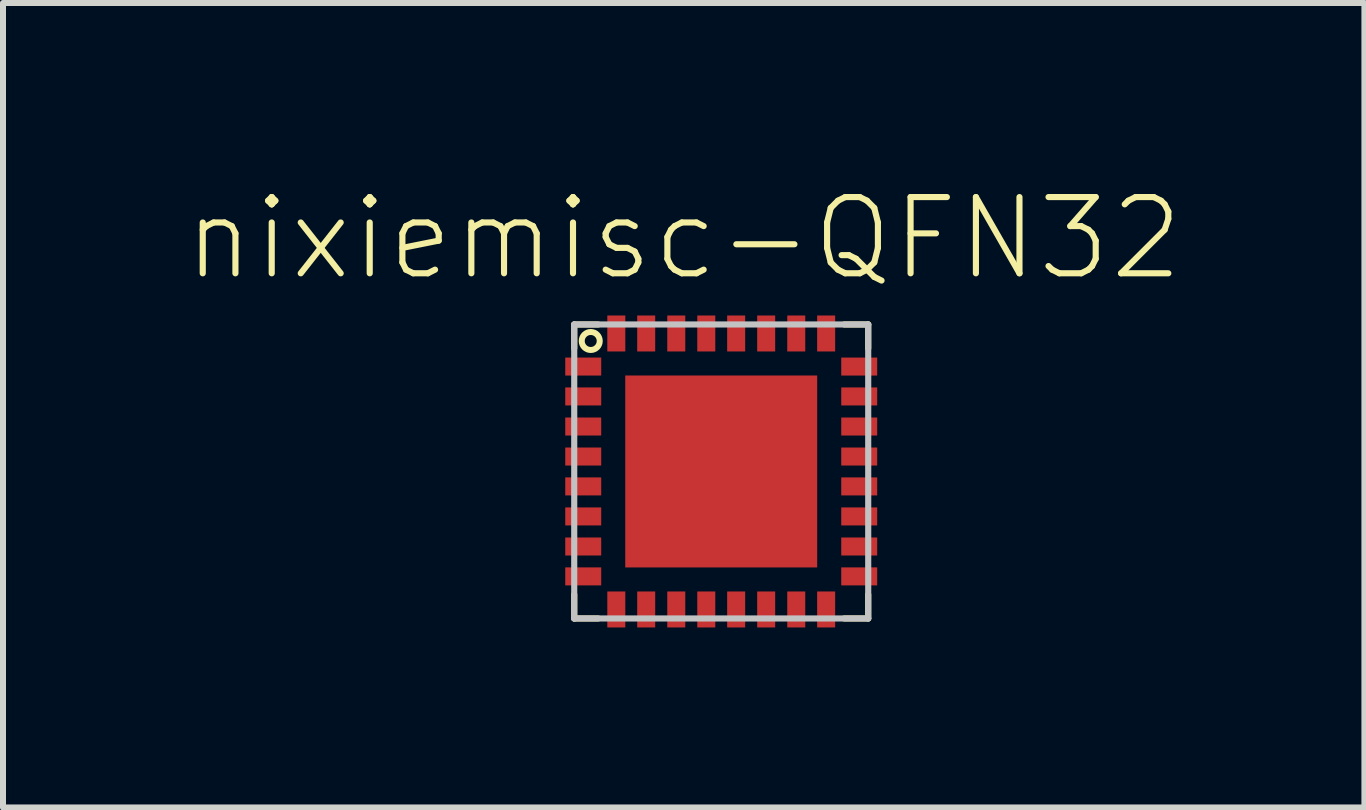
<source format=kicad_pcb>
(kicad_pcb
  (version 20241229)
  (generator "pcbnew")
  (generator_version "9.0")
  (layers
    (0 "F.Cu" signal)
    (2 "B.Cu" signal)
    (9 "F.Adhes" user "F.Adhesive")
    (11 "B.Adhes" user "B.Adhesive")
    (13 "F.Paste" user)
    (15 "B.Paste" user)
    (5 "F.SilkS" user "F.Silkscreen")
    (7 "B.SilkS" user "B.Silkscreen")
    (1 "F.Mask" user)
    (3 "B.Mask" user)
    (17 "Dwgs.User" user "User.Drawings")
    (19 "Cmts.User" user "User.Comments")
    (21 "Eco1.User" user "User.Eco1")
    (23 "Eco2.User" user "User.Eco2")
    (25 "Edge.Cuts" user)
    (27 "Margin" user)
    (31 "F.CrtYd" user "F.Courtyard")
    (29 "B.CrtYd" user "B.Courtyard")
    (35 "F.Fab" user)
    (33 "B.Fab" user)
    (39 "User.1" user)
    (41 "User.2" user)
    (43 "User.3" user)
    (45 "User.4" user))
  (footprint "nixiemisc-QFN32"
    (layer "F.Cu")
    (at 8.966 4.805)
    (property "Reference" "nixiemisc-QFN32" (at -0.625 -3.884 0) (unlocked yes) (layer "F.SilkS") (effects (font (size 1.27 1.27) (thickness 0.102))))
    (attr smd)
    (fp_poly (pts (xy -2.548 -1.349) (xy -2.05 -1.349) (xy -2.05 -1.148) (xy -2.548 -1.148) (xy -2.548 -1.349)) (stroke (width 0.102) (type solid)) (fill no) (layer "F.Mask"))
    (fp_poly (pts (xy -2.548 -0.848) (xy -2.05 -0.848) (xy -2.05 -0.648) (xy -2.548 -0.648) (xy -2.548 -0.848)) (stroke (width 0.102) (type solid)) (fill no) (layer "F.Mask"))
    (fp_poly (pts (xy -2.548 -0.348) (xy -2.05 -0.348) (xy -2.05 -0.15) (xy -2.548 -0.15) (xy -2.548 -0.348)) (stroke (width 0.102) (type solid)) (fill no) (layer "F.Mask"))
    (fp_poly (pts (xy -2.548 0.15) (xy -2.05 0.15) (xy -2.05 0.348) (xy -2.548 0.348) (xy -2.548 0.15)) (stroke (width 0.102) (type solid)) (fill no) (layer "F.Mask"))
    (fp_poly (pts (xy -2.548 0.648) (xy -2.05 0.648) (xy -2.05 0.848) (xy -2.548 0.848) (xy -2.548 0.648)) (stroke (width 0.102) (type solid)) (fill no) (layer "F.Mask"))
    (fp_poly (pts (xy -2.548 1.148) (xy -2.05 1.148) (xy -2.05 1.349) (xy -2.548 1.349) (xy -2.548 1.148)) (stroke (width 0.102) (type solid)) (fill no) (layer "F.Mask"))
    (fp_poly (pts (xy -1.349 2.548) (xy -1.349 2.05) (xy -1.148 2.05) (xy -1.148 2.548) (xy -1.349 2.548)) (stroke (width 0.102) (type solid)) (fill no) (layer "F.Mask"))
    (fp_poly (pts (xy -1.323 -1.323) (xy 1.323 -1.323) (xy 1.323 1.323) (xy -1.323 1.323) (xy -1.323 -1.323)) (stroke (width 0.498) (type solid)) (fill no) (layer "F.Mask"))
    (fp_poly (pts (xy -1.148 -2.548) (xy -1.148 -2.05) (xy -1.349 -2.05) (xy -1.349 -2.548) (xy -1.148 -2.548)) (stroke (width 0.102) (type solid)) (fill no) (layer "F.Mask"))
    (fp_poly (pts (xy -0.848 2.548) (xy -0.848 2.05) (xy -0.648 2.05) (xy -0.648 2.548) (xy -0.848 2.548)) (stroke (width 0.102) (type solid)) (fill no) (layer "F.Mask"))
    (fp_poly (pts (xy -0.648 -2.548) (xy -0.648 -2.05) (xy -0.848 -2.05) (xy -0.848 -2.548) (xy -0.648 -2.548)) (stroke (width 0.102) (type solid)) (fill no) (layer "F.Mask"))
    (fp_poly (pts (xy -0.348 2.548) (xy -0.348 2.05) (xy -0.15 2.05) (xy -0.15 2.548) (xy -0.348 2.548)) (stroke (width 0.102) (type solid)) (fill no) (layer "F.Mask"))
    (fp_poly (pts (xy -0.15 -2.548) (xy -0.15 -2.05) (xy -0.348 -2.05) (xy -0.348 -2.548) (xy -0.15 -2.548)) (stroke (width 0.102) (type solid)) (fill no) (layer "F.Mask"))
    (fp_poly (pts (xy 0.15 2.548) (xy 0.15 2.05) (xy 0.348 2.05) (xy 0.348 2.548) (xy 0.15 2.548)) (stroke (width 0.102) (type solid)) (fill no) (layer "F.Mask"))
    (fp_poly (pts (xy 0.348 -2.548) (xy 0.348 -2.05) (xy 0.15 -2.05) (xy 0.15 -2.548) (xy 0.348 -2.548)) (stroke (width 0.102) (type solid)) (fill no) (layer "F.Mask"))
    (fp_poly (pts (xy 0.648 2.548) (xy 0.648 2.05) (xy 0.848 2.05) (xy 0.848 2.548) (xy 0.648 2.548)) (stroke (width 0.102) (type solid)) (fill no) (layer "F.Mask"))
    (fp_poly (pts (xy 0.848 -2.548) (xy 0.848 -2.05) (xy 0.648 -2.05) (xy 0.648 -2.548) (xy 0.848 -2.548)) (stroke (width 0.102) (type solid)) (fill no) (layer "F.Mask"))
    (fp_poly (pts (xy 1.148 2.548) (xy 1.148 2.05) (xy 1.349 2.05) (xy 1.349 2.548) (xy 1.148 2.548)) (stroke (width 0.102) (type solid)) (fill no) (layer "F.Mask"))
    (fp_poly (pts (xy 1.349 -2.548) (xy 1.349 -2.05) (xy 1.148 -2.05) (xy 1.148 -2.548) (xy 1.349 -2.548)) (stroke (width 0.102) (type solid)) (fill no) (layer "F.Mask"))
    (fp_poly (pts (xy 2.548 -1.148) (xy 2.05 -1.148) (xy 2.05 -1.349) (xy 2.548 -1.349) (xy 2.548 -1.148)) (stroke (width 0.102) (type solid)) (fill no) (layer "F.Mask"))
    (fp_poly (pts (xy 2.548 -0.648) (xy 2.05 -0.648) (xy 2.05 -0.848) (xy 2.548 -0.848) (xy 2.548 -0.648)) (stroke (width 0.102) (type solid)) (fill no) (layer "F.Mask"))
    (fp_poly (pts (xy 2.548 -0.15) (xy 2.05 -0.15) (xy 2.05 -0.348) (xy 2.548 -0.348) (xy 2.548 -0.15)) (stroke (width 0.102) (type solid)) (fill no) (layer "F.Mask"))
    (fp_poly (pts (xy 2.548 0.348) (xy 2.05 0.348) (xy 2.05 0.15) (xy 2.548 0.15) (xy 2.548 0.348)) (stroke (width 0.102) (type solid)) (fill no) (layer "F.Mask"))
    (fp_poly (pts (xy 2.548 0.848) (xy 2.05 0.848) (xy 2.05 0.648) (xy 2.548 0.648) (xy 2.548 0.848)) (stroke (width 0.102) (type solid)) (fill no) (layer "F.Mask"))
    (fp_poly (pts (xy 2.548 1.349) (xy 2.05 1.349) (xy 2.05 1.148) (xy 2.548 1.148) (xy 2.548 1.349)) (stroke (width 0.102) (type solid)) (fill no) (layer "F.Mask"))
    (fp_poly (pts (xy -2.548 -1.849) (xy -2.098 -1.849) (xy -2.05 -1.798) (xy -2.05 -1.648) (xy -2.548 -1.648) (xy -2.548 -1.849)) (stroke (width 0.102) (type solid)) (fill no) (layer "F.Mask"))
    (fp_poly (pts (xy -2.548 1.849) (xy -2.098 1.849) (xy -2.05 1.798) (xy -2.05 1.648) (xy -2.548 1.648) (xy -2.548 1.849)) (stroke (width 0.102) (type solid)) (fill no) (layer "F.Mask"))
    (fp_poly (pts (xy -1.849 -2.548) (xy -1.849 -2.098) (xy -1.798 -2.05) (xy -1.648 -2.05) (xy -1.648 -2.548) (xy -1.849 -2.548)) (stroke (width 0.102) (type solid)) (fill no) (layer "F.Mask"))
    (fp_poly (pts (xy -1.849 2.548) (xy -1.849 2.098) (xy -1.798 2.05) (xy -1.648 2.05) (xy -1.648 2.548) (xy -1.849 2.548)) (stroke (width 0.102) (type solid)) (fill no) (layer "F.Mask"))
    (fp_poly (pts (xy 1.849 -2.548) (xy 1.849 -2.098) (xy 1.798 -2.05) (xy 1.648 -2.05) (xy 1.648 -2.548) (xy 1.849 -2.548)) (stroke (width 0.102) (type solid)) (fill no) (layer "F.Mask"))
    (fp_poly (pts (xy 1.849 2.548) (xy 1.849 2.098) (xy 1.798 2.05) (xy 1.648 2.05) (xy 1.648 2.548) (xy 1.849 2.548)) (stroke (width 0.102) (type solid)) (fill no) (layer "F.Mask"))
    (fp_poly (pts (xy 2.548 -1.849) (xy 2.098 -1.849) (xy 2.05 -1.798) (xy 2.05 -1.648) (xy 2.548 -1.648) (xy 2.548 -1.849)) (stroke (width 0.102) (type solid)) (fill no) (layer "F.Mask"))
    (fp_poly (pts (xy 2.548 1.849) (xy 2.098 1.849) (xy 2.05 1.798) (xy 2.05 1.648) (xy 2.548 1.648) (xy 2.548 1.849)) (stroke (width 0.102) (type solid)) (fill no) (layer "F.Mask"))
    (fp_line (start -2.449 -2.449) (end -2.05 -2.449) (stroke (width 0.102) (type solid)) (layer "F.SilkS"))
    (fp_line (start -2.449 -2.05) (end -2.449 -2.449) (stroke (width 0.102) (type solid)) (layer "F.SilkS"))
    (fp_line (start -2.449 2.449) (end -2.449 2.05) (stroke (width 0.102) (type solid)) (layer "F.SilkS"))
    (fp_line (start -2.05 2.449) (end -2.449 2.449) (stroke (width 0.102) (type solid)) (layer "F.SilkS"))
    (fp_line (start 2.05 -2.449) (end 2.449 -2.449) (stroke (width 0.102) (type solid)) (layer "F.SilkS"))
    (fp_line (start 2.449 -2.449) (end 2.449 -2.05) (stroke (width 0.102) (type solid)) (layer "F.SilkS"))
    (fp_line (start 2.449 2.05) (end 2.449 2.449) (stroke (width 0.102) (type solid)) (layer "F.SilkS"))
    (fp_line (start 2.449 2.449) (end 2.05 2.449) (stroke (width 0.102) (type solid)) (layer "F.SilkS"))
    (fp_circle (center -2.174 -2.174) (end -2.174 -2.324) (stroke (width 0.1) (type solid)) (fill no) (layer "F.SilkS"))
    (fp_line (start -1.298 -1.4) (end -0.699 -1.4) (stroke (width 0.066) (type solid)) (layer "F.Paste"))
    (fp_line (start -1.298 -1.1) (end -1.298 -1.4) (stroke (width 0.066) (type solid)) (layer "F.Paste"))
    (fp_line (start -1.298 -1.1) (end -0.699 -1.1) (stroke (width 0.066) (type solid)) (layer "F.Paste"))
    (fp_line (start -1.298 -0.899) (end -0.699 -0.899) (stroke (width 0.066) (type solid)) (layer "F.Paste"))
    (fp_line (start -1.298 -0.599) (end -1.298 -0.899) (stroke (width 0.066) (type solid)) (layer "F.Paste"))
    (fp_line (start -1.298 -0.599) (end -0.699 -0.599) (stroke (width 0.066) (type solid)) (layer "F.Paste"))
    (fp_line (start -1.298 -0.399) (end -0.699 -0.399) (stroke (width 0.066) (type solid)) (layer "F.Paste"))
    (fp_line (start -1.298 -0.099) (end -1.298 -0.399) (stroke (width 0.066) (type solid)) (layer "F.Paste"))
    (fp_line (start -1.298 -0.099) (end -0.699 -0.099) (stroke (width 0.066) (type solid)) (layer "F.Paste"))
    (fp_line (start -1.298 0.099) (end -0.699 0.099) (stroke (width 0.066) (type solid)) (layer "F.Paste"))
    (fp_line (start -1.298 0.399) (end -1.298 0.099) (stroke (width 0.066) (type solid)) (layer "F.Paste"))
    (fp_line (start -1.298 0.399) (end -0.699 0.399) (stroke (width 0.066) (type solid)) (layer "F.Paste"))
    (fp_line (start -1.298 0.599) (end -0.699 0.599) (stroke (width 0.066) (type solid)) (layer "F.Paste"))
    (fp_line (start -1.298 0.899) (end -1.298 0.599) (stroke (width 0.066) (type solid)) (layer "F.Paste"))
    (fp_line (start -1.298 0.899) (end -0.699 0.899) (stroke (width 0.066) (type solid)) (layer "F.Paste"))
    (fp_line (start -1.298 1.1) (end -0.699 1.1) (stroke (width 0.066) (type solid)) (layer "F.Paste"))
    (fp_line (start -1.298 1.4) (end -1.298 1.1) (stroke (width 0.066) (type solid)) (layer "F.Paste"))
    (fp_line (start -1.298 1.4) (end -0.699 1.4) (stroke (width 0.066) (type solid)) (layer "F.Paste"))
    (fp_line (start -0.699 -1.1) (end -0.699 -1.4) (stroke (width 0.066) (type solid)) (layer "F.Paste"))
    (fp_line (start -0.699 -0.599) (end -0.699 -0.899) (stroke (width 0.066) (type solid)) (layer "F.Paste"))
    (fp_line (start -0.699 -0.099) (end -0.699 -0.399) (stroke (width 0.066) (type solid)) (layer "F.Paste"))
    (fp_line (start -0.699 0.399) (end -0.699 0.099) (stroke (width 0.066) (type solid)) (layer "F.Paste"))
    (fp_line (start -0.699 0.899) (end -0.699 0.599) (stroke (width 0.066) (type solid)) (layer "F.Paste"))
    (fp_line (start -0.699 1.4) (end -0.699 1.1) (stroke (width 0.066) (type solid)) (layer "F.Paste"))
    (fp_line (start -0.3 -1.4) (end 0.3 -1.4) (stroke (width 0.066) (type solid)) (layer "F.Paste"))
    (fp_line (start -0.3 -1.1) (end -0.3 -1.4) (stroke (width 0.066) (type solid)) (layer "F.Paste"))
    (fp_line (start -0.3 -1.1) (end 0.3 -1.1) (stroke (width 0.066) (type solid)) (layer "F.Paste"))
    (fp_line (start -0.3 -0.899) (end 0.3 -0.899) (stroke (width 0.066) (type solid)) (layer "F.Paste"))
    (fp_line (start -0.3 -0.599) (end -0.3 -0.899) (stroke (width 0.066) (type solid)) (layer "F.Paste"))
    (fp_line (start -0.3 -0.599) (end 0.3 -0.599) (stroke (width 0.066) (type solid)) (layer "F.Paste"))
    (fp_line (start -0.3 -0.399) (end 0.3 -0.399) (stroke (width 0.066) (type solid)) (layer "F.Paste"))
    (fp_line (start -0.3 -0.099) (end -0.3 -0.399) (stroke (width 0.066) (type solid)) (layer "F.Paste"))
    (fp_line (start -0.3 -0.099) (end 0.3 -0.099) (stroke (width 0.066) (type solid)) (layer "F.Paste"))
    (fp_line (start -0.3 0.099) (end 0.3 0.099) (stroke (width 0.066) (type solid)) (layer "F.Paste"))
    (fp_line (start -0.3 0.399) (end -0.3 0.099) (stroke (width 0.066) (type solid)) (layer "F.Paste"))
    (fp_line (start -0.3 0.399) (end 0.3 0.399) (stroke (width 0.066) (type solid)) (layer "F.Paste"))
    (fp_line (start -0.3 0.599) (end 0.3 0.599) (stroke (width 0.066) (type solid)) (layer "F.Paste"))
    (fp_line (start -0.3 0.899) (end -0.3 0.599) (stroke (width 0.066) (type solid)) (layer "F.Paste"))
    (fp_line (start -0.3 0.899) (end 0.3 0.899) (stroke (width 0.066) (type solid)) (layer "F.Paste"))
    (fp_line (start -0.3 1.1) (end 0.3 1.1) (stroke (width 0.066) (type solid)) (layer "F.Paste"))
    (fp_line (start -0.3 1.4) (end -0.3 1.1) (stroke (width 0.066) (type solid)) (layer "F.Paste"))
    (fp_line (start -0.3 1.4) (end 0.3 1.4) (stroke (width 0.066) (type solid)) (layer "F.Paste"))
    (fp_line (start 0.3 -1.1) (end 0.3 -1.4) (stroke (width 0.066) (type solid)) (layer "F.Paste"))
    (fp_line (start 0.3 -0.599) (end 0.3 -0.899) (stroke (width 0.066) (type solid)) (layer "F.Paste"))
    (fp_line (start 0.3 -0.099) (end 0.3 -0.399) (stroke (width 0.066) (type solid)) (layer "F.Paste"))
    (fp_line (start 0.3 0.399) (end 0.3 0.099) (stroke (width 0.066) (type solid)) (layer "F.Paste"))
    (fp_line (start 0.3 0.899) (end 0.3 0.599) (stroke (width 0.066) (type solid)) (layer "F.Paste"))
    (fp_line (start 0.3 1.4) (end 0.3 1.1) (stroke (width 0.066) (type solid)) (layer "F.Paste"))
    (fp_line (start 0.699 -1.4) (end 1.298 -1.4) (stroke (width 0.066) (type solid)) (layer "F.Paste"))
    (fp_line (start 0.699 -1.1) (end 0.699 -1.4) (stroke (width 0.066) (type solid)) (layer "F.Paste"))
    (fp_line (start 0.699 -1.1) (end 1.298 -1.1) (stroke (width 0.066) (type solid)) (layer "F.Paste"))
    (fp_line (start 0.699 -0.899) (end 1.298 -0.899) (stroke (width 0.066) (type solid)) (layer "F.Paste"))
    (fp_line (start 0.699 -0.599) (end 0.699 -0.899) (stroke (width 0.066) (type solid)) (layer "F.Paste"))
    (fp_line (start 0.699 -0.599) (end 1.298 -0.599) (stroke (width 0.066) (type solid)) (layer "F.Paste"))
    (fp_line (start 0.699 -0.399) (end 1.298 -0.399) (stroke (width 0.066) (type solid)) (layer "F.Paste"))
    (fp_line (start 0.699 -0.099) (end 0.699 -0.399) (stroke (width 0.066) (type solid)) (layer "F.Paste"))
    (fp_line (start 0.699 -0.099) (end 1.298 -0.099) (stroke (width 0.066) (type solid)) (layer "F.Paste"))
    (fp_line (start 0.699 0.099) (end 1.298 0.099) (stroke (width 0.066) (type solid)) (layer "F.Paste"))
    (fp_line (start 0.699 0.399) (end 0.699 0.099) (stroke (width 0.066) (type solid)) (layer "F.Paste"))
    (fp_line (start 0.699 0.399) (end 1.298 0.399) (stroke (width 0.066) (type solid)) (layer "F.Paste"))
    (fp_line (start 0.699 0.599) (end 1.298 0.599) (stroke (width 0.066) (type solid)) (layer "F.Paste"))
    (fp_line (start 0.699 0.899) (end 0.699 0.599) (stroke (width 0.066) (type solid)) (layer "F.Paste"))
    (fp_line (start 0.699 0.899) (end 1.298 0.899) (stroke (width 0.066) (type solid)) (layer "F.Paste"))
    (fp_line (start 0.699 1.1) (end 1.298 1.1) (stroke (width 0.066) (type solid)) (layer "F.Paste"))
    (fp_line (start 0.699 1.4) (end 0.699 1.1) (stroke (width 0.066) (type solid)) (layer "F.Paste"))
    (fp_line (start 0.699 1.4) (end 1.298 1.4) (stroke (width 0.066) (type solid)) (layer "F.Paste"))
    (fp_line (start 1.298 -1.1) (end 1.298 -1.4) (stroke (width 0.066) (type solid)) (layer "F.Paste"))
    (fp_line (start 1.298 -0.599) (end 1.298 -0.899) (stroke (width 0.066) (type solid)) (layer "F.Paste"))
    (fp_line (start 1.298 -0.099) (end 1.298 -0.399) (stroke (width 0.066) (type solid)) (layer "F.Paste"))
    (fp_line (start 1.298 0.399) (end 1.298 0.099) (stroke (width 0.066) (type solid)) (layer "F.Paste"))
    (fp_line (start 1.298 0.899) (end 1.298 0.599) (stroke (width 0.066) (type solid)) (layer "F.Paste"))
    (fp_line (start 1.298 1.4) (end 1.298 1.1) (stroke (width 0.066) (type solid)) (layer "F.Paste"))
    (fp_poly (pts (xy -2.525 -1.323) (xy -2.073 -1.323) (xy -2.073 -1.173) (xy -2.525 -1.173) (xy -2.525 -1.323)) (stroke (width 0.102) (type solid)) (fill no) (layer "F.Paste"))
    (fp_poly (pts (xy -2.525 -0.823) (xy -2.073 -0.823) (xy -2.073 -0.673) (xy -2.525 -0.673) (xy -2.525 -0.823)) (stroke (width 0.102) (type solid)) (fill no) (layer "F.Paste"))
    (fp_poly (pts (xy -2.525 -0.323) (xy -2.073 -0.323) (xy -2.073 -0.173) (xy -2.525 -0.173) (xy -2.525 -0.323)) (stroke (width 0.102) (type solid)) (fill no) (layer "F.Paste"))
    (fp_poly (pts (xy -2.525 0.173) (xy -2.073 0.173) (xy -2.073 0.323) (xy -2.525 0.323) (xy -2.525 0.173)) (stroke (width 0.102) (type solid)) (fill no) (layer "F.Paste"))
    (fp_poly (pts (xy -2.525 0.673) (xy -2.073 0.673) (xy -2.073 0.823) (xy -2.525 0.823) (xy -2.525 0.673)) (stroke (width 0.102) (type solid)) (fill no) (layer "F.Paste"))
    (fp_poly (pts (xy -2.525 1.173) (xy -2.073 1.173) (xy -2.073 1.323) (xy -2.525 1.323) (xy -2.525 1.173)) (stroke (width 0.102) (type solid)) (fill no) (layer "F.Paste"))
    (fp_poly (pts (xy -1.323 2.525) (xy -1.323 2.073) (xy -1.173 2.073) (xy -1.173 2.525) (xy -1.323 2.525)) (stroke (width 0.102) (type solid)) (fill no) (layer "F.Paste"))
    (fp_poly (pts (xy -1.173 -2.525) (xy -1.173 -2.073) (xy -1.323 -2.073) (xy -1.323 -2.525) (xy -1.173 -2.525)) (stroke (width 0.102) (type solid)) (fill no) (layer "F.Paste"))
    (fp_poly (pts (xy -0.823 2.525) (xy -0.823 2.073) (xy -0.673 2.073) (xy -0.673 2.525) (xy -0.823 2.525)) (stroke (width 0.102) (type solid)) (fill no) (layer "F.Paste"))
    (fp_poly (pts (xy -0.673 -2.525) (xy -0.673 -2.073) (xy -0.823 -2.073) (xy -0.823 -2.525) (xy -0.673 -2.525)) (stroke (width 0.102) (type solid)) (fill no) (layer "F.Paste"))
    (fp_poly (pts (xy -0.323 2.525) (xy -0.323 2.073) (xy -0.173 2.073) (xy -0.173 2.525) (xy -0.323 2.525)) (stroke (width 0.102) (type solid)) (fill no) (layer "F.Paste"))
    (fp_poly (pts (xy -0.173 -2.525) (xy -0.173 -2.073) (xy -0.323 -2.073) (xy -0.323 -2.525) (xy -0.173 -2.525)) (stroke (width 0.102) (type solid)) (fill no) (layer "F.Paste"))
    (fp_poly (pts (xy 0.173 2.525) (xy 0.173 2.073) (xy 0.323 2.073) (xy 0.323 2.525) (xy 0.173 2.525)) (stroke (width 0.102) (type solid)) (fill no) (layer "F.Paste"))
    (fp_poly (pts (xy 0.323 -2.525) (xy 0.323 -2.073) (xy 0.173 -2.073) (xy 0.173 -2.525) (xy 0.323 -2.525)) (stroke (width 0.102) (type solid)) (fill no) (layer "F.Paste"))
    (fp_poly (pts (xy 0.673 2.525) (xy 0.673 2.073) (xy 0.823 2.073) (xy 0.823 2.525) (xy 0.673 2.525)) (stroke (width 0.102) (type solid)) (fill no) (layer "F.Paste"))
    (fp_poly (pts (xy 0.823 -2.525) (xy 0.823 -2.073) (xy 0.673 -2.073) (xy 0.673 -2.525) (xy 0.823 -2.525)) (stroke (width 0.102) (type solid)) (fill no) (layer "F.Paste"))
    (fp_poly (pts (xy 1.173 2.525) (xy 1.173 2.073) (xy 1.323 2.073) (xy 1.323 2.525) (xy 1.173 2.525)) (stroke (width 0.102) (type solid)) (fill no) (layer "F.Paste"))
    (fp_poly (pts (xy 1.323 -2.525) (xy 1.323 -2.073) (xy 1.173 -2.073) (xy 1.173 -2.525) (xy 1.323 -2.525)) (stroke (width 0.102) (type solid)) (fill no) (layer "F.Paste"))
    (fp_poly (pts (xy 2.525 -1.173) (xy 2.073 -1.173) (xy 2.073 -1.323) (xy 2.525 -1.323) (xy 2.525 -1.173)) (stroke (width 0.102) (type solid)) (fill no) (layer "F.Paste"))
    (fp_poly (pts (xy 2.525 -0.673) (xy 2.073 -0.673) (xy 2.073 -0.823) (xy 2.525 -0.823) (xy 2.525 -0.673)) (stroke (width 0.102) (type solid)) (fill no) (layer "F.Paste"))
    (fp_poly (pts (xy 2.525 -0.173) (xy 2.073 -0.173) (xy 2.073 -0.323) (xy 2.525 -0.323) (xy 2.525 -0.173)) (stroke (width 0.102) (type solid)) (fill no) (layer "F.Paste"))
    (fp_poly (pts (xy 2.525 0.323) (xy 2.073 0.323) (xy 2.073 0.173) (xy 2.525 0.173) (xy 2.525 0.323)) (stroke (width 0.102) (type solid)) (fill no) (layer "F.Paste"))
    (fp_poly (pts (xy 2.525 0.823) (xy 2.073 0.823) (xy 2.073 0.673) (xy 2.525 0.673) (xy 2.525 0.823)) (stroke (width 0.102) (type solid)) (fill no) (layer "F.Paste"))
    (fp_poly (pts (xy 2.525 1.323) (xy 2.073 1.323) (xy 2.073 1.173) (xy 2.525 1.173) (xy 2.525 1.323)) (stroke (width 0.102) (type solid)) (fill no) (layer "F.Paste"))
    (fp_poly (pts (xy -2.525 -1.824) (xy -2.123 -1.824) (xy -2.073 -1.773) (xy -2.073 -1.674) (xy -2.525 -1.674) (xy -2.525 -1.824)) (stroke (width 0.102) (type solid)) (fill no) (layer "F.Paste"))
    (fp_poly (pts (xy -2.525 1.824) (xy -2.123 1.824) (xy -2.073 1.773) (xy -2.073 1.674) (xy -2.525 1.674) (xy -2.525 1.824)) (stroke (width 0.102) (type solid)) (fill no) (layer "F.Paste"))
    (fp_poly (pts (xy -1.824 -2.525) (xy -1.824 -2.123) (xy -1.773 -2.073) (xy -1.674 -2.073) (xy -1.674 -2.525) (xy -1.824 -2.525)) (stroke (width 0.102) (type solid)) (fill no) (layer "F.Paste"))
    (fp_poly (pts (xy -1.824 2.525) (xy -1.824 2.123) (xy -1.773 2.073) (xy -1.674 2.073) (xy -1.674 2.525) (xy -1.824 2.525)) (stroke (width 0.102) (type solid)) (fill no) (layer "F.Paste"))
    (fp_poly (pts (xy 1.824 -2.525) (xy 1.824 -2.123) (xy 1.773 -2.073) (xy 1.674 -2.073) (xy 1.674 -2.525) (xy 1.824 -2.525)) (stroke (width 0.102) (type solid)) (fill no) (layer "F.Paste"))
    (fp_poly (pts (xy 1.824 2.525) (xy 1.824 2.123) (xy 1.773 2.073) (xy 1.674 2.073) (xy 1.674 2.525) (xy 1.824 2.525)) (stroke (width 0.102) (type solid)) (fill no) (layer "F.Paste"))
    (fp_poly (pts (xy 2.525 -1.824) (xy 2.123 -1.824) (xy 2.073 -1.773) (xy 2.073 -1.674) (xy 2.525 -1.674) (xy 2.525 -1.824)) (stroke (width 0.102) (type solid)) (fill no) (layer "F.Paste"))
    (fp_poly (pts (xy 2.525 1.824) (xy 2.123 1.824) (xy 2.073 1.773) (xy 2.073 1.674) (xy 2.525 1.674) (xy 2.525 1.824)) (stroke (width 0.102) (type solid)) (fill no) (layer "F.Paste"))
    (fp_line (start -2.449 -2.449) (end 2.449 -2.449) (stroke (width 0.102) (type solid)) (layer "Dwgs.User"))
    (fp_line (start -2.449 2.449) (end -2.449 -2.449) (stroke (width 0.102) (type solid)) (layer "Dwgs.User"))
    (fp_line (start 2.449 -2.449) (end 2.449 2.449) (stroke (width 0.102) (type solid)) (layer "Dwgs.User"))
    (fp_line (start 2.449 2.449) (end -2.449 2.449) (stroke (width 0.102) (type solid)) (layer "Dwgs.User"))
    (pad "1" smd rect (at -2.299 -1.748) (size 0.599 0.3) (layers "F.Cu" "F.Mask" "F.Paste"))
    (pad "2" smd rect (at -2.299 -1.25) (size 0.599 0.3) (layers "F.Cu" "F.Mask" "F.Paste"))
    (pad "3" smd rect (at -2.299 -0.749) (size 0.599 0.3) (layers "F.Cu" "F.Mask" "F.Paste"))
    (pad "4" smd rect (at -2.299 -0.249) (size 0.599 0.3) (layers "F.Cu" "F.Mask" "F.Paste"))
    (pad "5" smd rect (at -2.299 0.249) (size 0.599 0.3) (layers "F.Cu" "F.Mask" "F.Paste"))
    (pad "6" smd rect (at -2.299 0.749) (size 0.599 0.3) (layers "F.Cu" "F.Mask" "F.Paste"))
    (pad "7" smd rect (at -2.299 1.25) (size 0.599 0.3) (layers "F.Cu" "F.Mask" "F.Paste"))
    (pad "8" smd rect (at -2.299 1.748) (size 0.599 0.3) (layers "F.Cu" "F.Mask" "F.Paste"))
    (pad "9" smd rect (at -1.748 2.299 90) (size 0.599 0.3) (layers "F.Cu" "F.Mask" "F.Paste"))
    (pad "10" smd rect (at -1.25 2.299 90) (size 0.599 0.3) (layers "F.Cu" "F.Mask" "F.Paste"))
    (pad "11" smd rect (at -0.749 2.299 90) (size 0.599 0.3) (layers "F.Cu" "F.Mask" "F.Paste"))
    (pad "12" smd rect (at -0.249 2.299 90) (size 0.599 0.3) (layers "F.Cu" "F.Mask" "F.Paste"))
    (pad "13" smd rect (at 0.249 2.299 90) (size 0.599 0.3) (layers "F.Cu" "F.Mask" "F.Paste"))
    (pad "14" smd rect (at 0.749 2.299 90) (size 0.599 0.3) (layers "F.Cu" "F.Mask" "F.Paste"))
    (pad "15" smd rect (at 1.25 2.299 90) (size 0.599 0.3) (layers "F.Cu" "F.Mask" "F.Paste"))
    (pad "16" smd rect (at 1.748 2.299 90) (size 0.599 0.3) (layers "F.Cu" "F.Mask" "F.Paste"))
    (pad "17" smd rect (at 2.299 1.748 180) (size 0.599 0.3) (layers "F.Cu" "F.Mask" "F.Paste"))
    (pad "18" smd rect (at 2.299 1.25 180) (size 0.599 0.3) (layers "F.Cu" "F.Mask" "F.Paste"))
    (pad "19" smd rect (at 2.299 0.749 180) (size 0.599 0.3) (layers "F.Cu" "F.Mask" "F.Paste"))
    (pad "20" smd rect (at 2.299 0.249 180) (size 0.599 0.3) (layers "F.Cu" "F.Mask" "F.Paste"))
    (pad "21" smd rect (at 2.299 -0.249 180) (size 0.599 0.3) (layers "F.Cu" "F.Mask" "F.Paste"))
    (pad "22" smd rect (at 2.299 -0.749 180) (size 0.599 0.3) (layers "F.Cu" "F.Mask" "F.Paste"))
    (pad "23" smd rect (at 2.299 -1.25 180) (size 0.599 0.3) (layers "F.Cu" "F.Mask" "F.Paste"))
    (pad "24" smd rect (at 2.299 -1.748 180) (size 0.599 0.3) (layers "F.Cu" "F.Mask" "F.Paste"))
    (pad "25" smd rect (at 1.748 -2.299 270) (size 0.599 0.3) (layers "F.Cu" "F.Mask" "F.Paste"))
    (pad "26" smd rect (at 1.25 -2.299 270) (size 0.599 0.3) (layers "F.Cu" "F.Mask" "F.Paste"))
    (pad "27" smd rect (at 0.749 -2.299 270) (size 0.599 0.3) (layers "F.Cu" "F.Mask" "F.Paste"))
    (pad "28" smd rect (at 0.249 -2.299 270) (size 0.599 0.3) (layers "F.Cu" "F.Mask" "F.Paste"))
    (pad "29" smd rect (at -0.249 -2.299 270) (size 0.599 0.3) (layers "F.Cu" "F.Mask" "F.Paste"))
    (pad "30" smd rect (at -0.749 -2.299 270) (size 0.599 0.3) (layers "F.Cu" "F.Mask" "F.Paste"))
    (pad "31" smd rect (at -1.25 -2.299 270) (size 0.599 0.3) (layers "F.Cu" "F.Mask" "F.Paste"))
    (pad "32" smd rect (at -1.748 -2.299 270) (size 0.599 0.3) (layers "F.Cu" "F.Mask" "F.Paste"))
    (pad "EXP" smd rect (at 0 0) (size 3.198 3.198) (layers "F.Cu" "F.Mask" "F.Paste")))
  (gr_rect
    (start -3 -3)
    (end 19.682 10.403)
    (stroke (width 0.1) (type default))
    (fill no)
    (layer "Edge.Cuts")))
</source>
